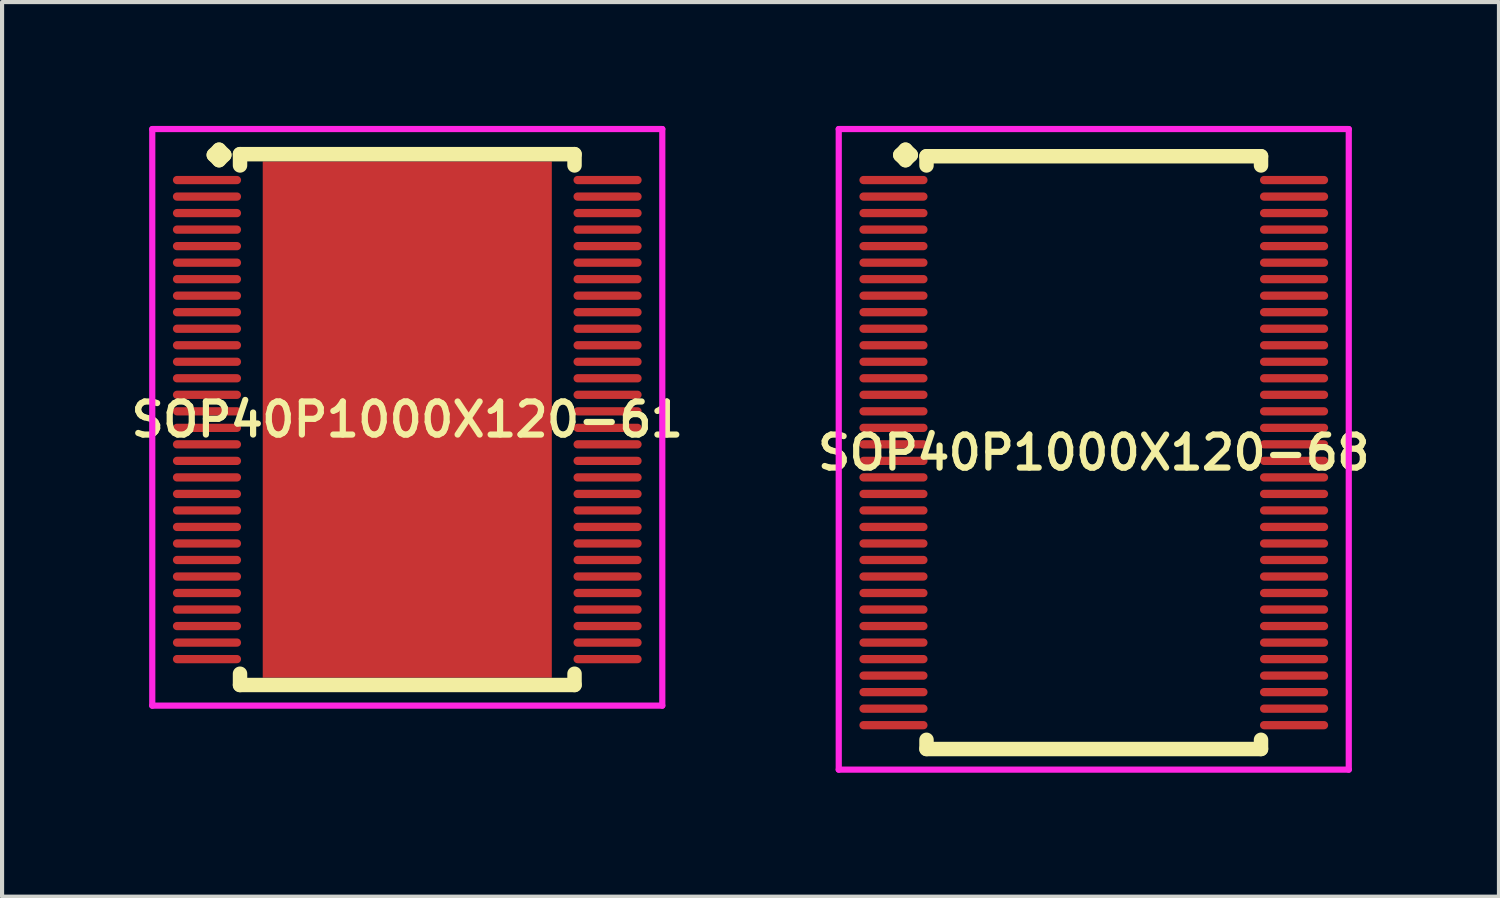
<source format=kicad_pcb>
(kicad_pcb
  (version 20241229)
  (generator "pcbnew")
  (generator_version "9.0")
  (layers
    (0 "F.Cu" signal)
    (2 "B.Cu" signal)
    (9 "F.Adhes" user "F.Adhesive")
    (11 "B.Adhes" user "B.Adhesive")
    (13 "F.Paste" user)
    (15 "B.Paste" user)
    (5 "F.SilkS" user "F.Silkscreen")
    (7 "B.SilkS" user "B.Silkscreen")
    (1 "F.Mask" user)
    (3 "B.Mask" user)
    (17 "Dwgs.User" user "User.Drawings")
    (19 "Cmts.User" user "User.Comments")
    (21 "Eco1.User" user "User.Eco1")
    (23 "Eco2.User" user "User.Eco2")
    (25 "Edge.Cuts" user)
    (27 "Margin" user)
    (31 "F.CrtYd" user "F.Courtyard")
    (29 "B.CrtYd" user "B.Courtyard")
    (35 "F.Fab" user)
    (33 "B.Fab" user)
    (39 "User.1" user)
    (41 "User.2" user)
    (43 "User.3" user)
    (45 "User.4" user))
  (footprint "SOP40P1000X120-61"
    (layer "F.Cu")
    (at 6.812 7.11)
    (property "Reference" "SOP40P1000X120-61" (at 0 0 0) (layer "F.SilkS") (effects (font (size 0.8 0.8) (thickness 0.15))))
    (attr smd)
    (fp_line (start -4.685 -6.408) (end -4.558 -6.535) (stroke (width 0.35) (type solid)) (layer "F.SilkS"))
    (fp_line (start -4.558 -6.535) (end -4.431 -6.408) (stroke (width 0.35) (type solid)) (layer "F.SilkS"))
    (fp_line (start -4.558 -6.281) (end -4.685 -6.408) (stroke (width 0.35) (type solid)) (layer "F.SilkS"))
    (fp_line (start -4.431 -6.408) (end -4.558 -6.281) (stroke (width 0.35) (type solid)) (layer "F.SilkS"))
    (fp_line (start -4.05 -6.427) (end 4.05 -6.427) (stroke (width 0.35) (type solid)) (layer "F.SilkS"))
    (fp_line (start -4.05 -6.154) (end -4.05 -6.427) (stroke (width 0.35) (type solid)) (layer "F.SilkS"))
    (fp_line (start -4.05 6.154) (end -4.05 6.427) (stroke (width 0.35) (type solid)) (layer "F.SilkS"))
    (fp_line (start -4.05 6.427) (end 4.05 6.427) (stroke (width 0.35) (type solid)) (layer "F.SilkS"))
    (fp_line (start 4.05 -6.427) (end 4.05 -6.154) (stroke (width 0.35) (type solid)) (layer "F.SilkS"))
    (fp_line (start 4.05 6.427) (end 4.05 6.154) (stroke (width 0.35) (type solid)) (layer "F.SilkS"))
    (fp_line (start -6.175 -7.035) (end 6.175 -7.035) (stroke (width 0.15) (type solid)) (layer "F.CrtYd"))
    (fp_line (start -6.175 6.927) (end -6.175 -7.035) (stroke (width 0.15) (type solid)) (layer "F.CrtYd"))
    (fp_line (start 6.175 -7.035) (end 6.175 6.927) (stroke (width 0.15) (type solid)) (layer "F.CrtYd"))
    (fp_line (start 6.175 6.927) (end -6.175 6.927) (stroke (width 0.15) (type solid)) (layer "F.CrtYd"))
    (pad "1" smd oval (at -4.85 -5.8) (size 1.65 0.2) (layers "F.Cu" "F.Mask" "F.Paste"))
    (pad "2" smd oval (at -4.85 -5.4) (size 1.65 0.2) (layers "F.Cu" "F.Mask" "F.Paste"))
    (pad "3" smd oval (at -4.85 -5) (size 1.65 0.2) (layers "F.Cu" "F.Mask" "F.Paste"))
    (pad "4" smd oval (at -4.85 -4.6) (size 1.65 0.2) (layers "F.Cu" "F.Mask" "F.Paste"))
    (pad "5" smd oval (at -4.85 -4.2) (size 1.65 0.2) (layers "F.Cu" "F.Mask" "F.Paste"))
    (pad "6" smd oval (at -4.85 -3.8) (size 1.65 0.2) (layers "F.Cu" "F.Mask" "F.Paste"))
    (pad "7" smd oval (at -4.85 -3.4) (size 1.65 0.2) (layers "F.Cu" "F.Mask" "F.Paste"))
    (pad "8" smd oval (at -4.85 -3) (size 1.65 0.2) (layers "F.Cu" "F.Mask" "F.Paste"))
    (pad "9" smd oval (at -4.85 -2.6) (size 1.65 0.2) (layers "F.Cu" "F.Mask" "F.Paste"))
    (pad "10" smd oval (at -4.85 -2.2) (size 1.65 0.2) (layers "F.Cu" "F.Mask" "F.Paste"))
    (pad "11" smd oval (at -4.85 -1.8) (size 1.65 0.2) (layers "F.Cu" "F.Mask" "F.Paste"))
    (pad "12" smd oval (at -4.85 -1.4) (size 1.65 0.2) (layers "F.Cu" "F.Mask" "F.Paste"))
    (pad "13" smd oval (at -4.85 -1) (size 1.65 0.2) (layers "F.Cu" "F.Mask" "F.Paste"))
    (pad "14" smd oval (at -4.85 -0.6) (size 1.65 0.2) (layers "F.Cu" "F.Mask" "F.Paste"))
    (pad "15" smd oval (at -4.85 -0.2) (size 1.65 0.2) (layers "F.Cu" "F.Mask" "F.Paste"))
    (pad "16" smd oval (at -4.85 0.2) (size 1.65 0.2) (layers "F.Cu" "F.Mask" "F.Paste"))
    (pad "17" smd oval (at -4.85 0.6) (size 1.65 0.2) (layers "F.Cu" "F.Mask" "F.Paste"))
    (pad "18" smd oval (at -4.85 1) (size 1.65 0.2) (layers "F.Cu" "F.Mask" "F.Paste"))
    (pad "19" smd oval (at -4.85 1.4) (size 1.65 0.2) (layers "F.Cu" "F.Mask" "F.Paste"))
    (pad "20" smd oval (at -4.85 1.8) (size 1.65 0.2) (layers "F.Cu" "F.Mask" "F.Paste"))
    (pad "21" smd oval (at -4.85 2.2) (size 1.65 0.2) (layers "F.Cu" "F.Mask" "F.Paste"))
    (pad "22" smd oval (at -4.85 2.6) (size 1.65 0.2) (layers "F.Cu" "F.Mask" "F.Paste"))
    (pad "23" smd oval (at -4.85 3) (size 1.65 0.2) (layers "F.Cu" "F.Mask" "F.Paste"))
    (pad "24" smd oval (at -4.85 3.4) (size 1.65 0.2) (layers "F.Cu" "F.Mask" "F.Paste"))
    (pad "25" smd oval (at -4.85 3.8) (size 1.65 0.2) (layers "F.Cu" "F.Mask" "F.Paste"))
    (pad "26" smd oval (at -4.85 4.2) (size 1.65 0.2) (layers "F.Cu" "F.Mask" "F.Paste"))
    (pad "27" smd oval (at -4.85 4.6) (size 1.65 0.2) (layers "F.Cu" "F.Mask" "F.Paste"))
    (pad "28" smd oval (at -4.85 5) (size 1.65 0.2) (layers "F.Cu" "F.Mask" "F.Paste"))
    (pad "29" smd oval (at -4.85 5.4) (size 1.65 0.2) (layers "F.Cu" "F.Mask" "F.Paste"))
    (pad "30" smd oval (at -4.85 5.8) (size 1.65 0.2) (layers "F.Cu" "F.Mask" "F.Paste"))
    (pad "31" smd oval (at 4.85 5.8) (size 1.65 0.2) (layers "F.Cu" "F.Mask" "F.Paste"))
    (pad "32" smd oval (at 4.85 5.4) (size 1.65 0.2) (layers "F.Cu" "F.Mask" "F.Paste"))
    (pad "33" smd oval (at 4.85 5) (size 1.65 0.2) (layers "F.Cu" "F.Mask" "F.Paste"))
    (pad "34" smd oval (at 4.85 4.6) (size 1.65 0.2) (layers "F.Cu" "F.Mask" "F.Paste"))
    (pad "35" smd oval (at 4.85 4.2) (size 1.65 0.2) (layers "F.Cu" "F.Mask" "F.Paste"))
    (pad "36" smd oval (at 4.85 3.8) (size 1.65 0.2) (layers "F.Cu" "F.Mask" "F.Paste"))
    (pad "37" smd oval (at 4.85 3.4) (size 1.65 0.2) (layers "F.Cu" "F.Mask" "F.Paste"))
    (pad "38" smd oval (at 4.85 3) (size 1.65 0.2) (layers "F.Cu" "F.Mask" "F.Paste"))
    (pad "39" smd oval (at 4.85 2.6) (size 1.65 0.2) (layers "F.Cu" "F.Mask" "F.Paste"))
    (pad "40" smd oval (at 4.85 2.2) (size 1.65 0.2) (layers "F.Cu" "F.Mask" "F.Paste"))
    (pad "41" smd oval (at 4.85 1.8) (size 1.65 0.2) (layers "F.Cu" "F.Mask" "F.Paste"))
    (pad "42" smd oval (at 4.85 1.4) (size 1.65 0.2) (layers "F.Cu" "F.Mask" "F.Paste"))
    (pad "43" smd oval (at 4.85 1) (size 1.65 0.2) (layers "F.Cu" "F.Mask" "F.Paste"))
    (pad "44" smd oval (at 4.85 0.6) (size 1.65 0.2) (layers "F.Cu" "F.Mask" "F.Paste"))
    (pad "45" smd oval (at 4.85 0.2) (size 1.65 0.2) (layers "F.Cu" "F.Mask" "F.Paste"))
    (pad "46" smd oval (at 4.85 -0.2) (size 1.65 0.2) (layers "F.Cu" "F.Mask" "F.Paste"))
    (pad "47" smd oval (at 4.85 -0.6) (size 1.65 0.2) (layers "F.Cu" "F.Mask" "F.Paste"))
    (pad "48" smd oval (at 4.85 -1) (size 1.65 0.2) (layers "F.Cu" "F.Mask" "F.Paste"))
    (pad "49" smd oval (at 4.85 -1.4) (size 1.65 0.2) (layers "F.Cu" "F.Mask" "F.Paste"))
    (pad "50" smd oval (at 4.85 -1.8) (size 1.65 0.2) (layers "F.Cu" "F.Mask" "F.Paste"))
    (pad "51" smd oval (at 4.85 -2.2) (size 1.65 0.2) (layers "F.Cu" "F.Mask" "F.Paste"))
    (pad "52" smd oval (at 4.85 -2.6) (size 1.65 0.2) (layers "F.Cu" "F.Mask" "F.Paste"))
    (pad "53" smd oval (at 4.85 -3) (size 1.65 0.2) (layers "F.Cu" "F.Mask" "F.Paste"))
    (pad "54" smd oval (at 4.85 -3.4) (size 1.65 0.2) (layers "F.Cu" "F.Mask" "F.Paste"))
    (pad "55" smd oval (at 4.85 -3.8) (size 1.65 0.2) (layers "F.Cu" "F.Mask" "F.Paste"))
    (pad "56" smd oval (at 4.85 -4.2) (size 1.65 0.2) (layers "F.Cu" "F.Mask" "F.Paste"))
    (pad "57" smd oval (at 4.85 -4.6) (size 1.65 0.2) (layers "F.Cu" "F.Mask" "F.Paste"))
    (pad "58" smd oval (at 4.85 -5) (size 1.65 0.2) (layers "F.Cu" "F.Mask" "F.Paste"))
    (pad "59" smd oval (at 4.85 -5.4) (size 1.65 0.2) (layers "F.Cu" "F.Mask" "F.Paste"))
    (pad "60" smd oval (at 4.85 -5.8) (size 1.65 0.2) (layers "F.Cu" "F.Mask" "F.Paste"))
    (pad "61" smd rect (at 0 0) (size 7 12.5) (layers "F.Cu" "F.Mask" "F.Paste")))
  (footprint "SOP40P1000X120-68"
    (layer "F.Cu")
    (at 23.435 7.91)
    (property "Reference" "SOP40P1000X120-68" (at 0 0 0) (layer "F.SilkS") (effects (font (size 0.8 0.8) (thickness 0.15))))
    (attr smd)
    (fp_line (start -4.685 -7.208) (end -4.558 -7.335) (stroke (width 0.35) (type solid)) (layer "F.SilkS"))
    (fp_line (start -4.558 -7.335) (end -4.431 -7.208) (stroke (width 0.35) (type solid)) (layer "F.SilkS"))
    (fp_line (start -4.558 -7.081) (end -4.685 -7.208) (stroke (width 0.35) (type solid)) (layer "F.SilkS"))
    (fp_line (start -4.431 -7.208) (end -4.558 -7.081) (stroke (width 0.35) (type solid)) (layer "F.SilkS"))
    (fp_line (start -4.05 -7.177) (end 4.05 -7.177) (stroke (width 0.35) (type solid)) (layer "F.SilkS"))
    (fp_line (start -4.05 -6.954) (end -4.05 -7.177) (stroke (width 0.35) (type solid)) (layer "F.SilkS"))
    (fp_line (start -4.05 6.954) (end -4.05 7.177) (stroke (width 0.35) (type solid)) (layer "F.SilkS"))
    (fp_line (start -4.05 7.177) (end 4.05 7.177) (stroke (width 0.35) (type solid)) (layer "F.SilkS"))
    (fp_line (start 4.05 -7.177) (end 4.05 -6.954) (stroke (width 0.35) (type solid)) (layer "F.SilkS"))
    (fp_line (start 4.05 7.177) (end 4.05 6.954) (stroke (width 0.35) (type solid)) (layer "F.SilkS"))
    (fp_line (start -6.175 -7.835) (end 6.175 -7.835) (stroke (width 0.15) (type solid)) (layer "F.CrtYd"))
    (fp_line (start -6.175 7.677) (end -6.175 -7.835) (stroke (width 0.15) (type solid)) (layer "F.CrtYd"))
    (fp_line (start 6.175 -7.835) (end 6.175 7.677) (stroke (width 0.15) (type solid)) (layer "F.CrtYd"))
    (fp_line (start 6.175 7.677) (end -6.175 7.677) (stroke (width 0.15) (type solid)) (layer "F.CrtYd"))
    (pad "1" smd oval (at -4.85 -6.6) (size 1.65 0.2) (layers "F.Cu" "F.Mask" "F.Paste"))
    (pad "2" smd oval (at -4.85 -6.2) (size 1.65 0.2) (layers "F.Cu" "F.Mask" "F.Paste"))
    (pad "3" smd oval (at -4.85 -5.8) (size 1.65 0.2) (layers "F.Cu" "F.Mask" "F.Paste"))
    (pad "4" smd oval (at -4.85 -5.4) (size 1.65 0.2) (layers "F.Cu" "F.Mask" "F.Paste"))
    (pad "5" smd oval (at -4.85 -5) (size 1.65 0.2) (layers "F.Cu" "F.Mask" "F.Paste"))
    (pad "6" smd oval (at -4.85 -4.6) (size 1.65 0.2) (layers "F.Cu" "F.Mask" "F.Paste"))
    (pad "7" smd oval (at -4.85 -4.2) (size 1.65 0.2) (layers "F.Cu" "F.Mask" "F.Paste"))
    (pad "8" smd oval (at -4.85 -3.8) (size 1.65 0.2) (layers "F.Cu" "F.Mask" "F.Paste"))
    (pad "9" smd oval (at -4.85 -3.4) (size 1.65 0.2) (layers "F.Cu" "F.Mask" "F.Paste"))
    (pad "10" smd oval (at -4.85 -3) (size 1.65 0.2) (layers "F.Cu" "F.Mask" "F.Paste"))
    (pad "11" smd oval (at -4.85 -2.6) (size 1.65 0.2) (layers "F.Cu" "F.Mask" "F.Paste"))
    (pad "12" smd oval (at -4.85 -2.2) (size 1.65 0.2) (layers "F.Cu" "F.Mask" "F.Paste"))
    (pad "13" smd oval (at -4.85 -1.8) (size 1.65 0.2) (layers "F.Cu" "F.Mask" "F.Paste"))
    (pad "14" smd oval (at -4.85 -1.4) (size 1.65 0.2) (layers "F.Cu" "F.Mask" "F.Paste"))
    (pad "15" smd oval (at -4.85 -1) (size 1.65 0.2) (layers "F.Cu" "F.Mask" "F.Paste"))
    (pad "16" smd oval (at -4.85 -0.6) (size 1.65 0.2) (layers "F.Cu" "F.Mask" "F.Paste"))
    (pad "17" smd oval (at -4.85 -0.2) (size 1.65 0.2) (layers "F.Cu" "F.Mask" "F.Paste"))
    (pad "18" smd oval (at -4.85 0.2) (size 1.65 0.2) (layers "F.Cu" "F.Mask" "F.Paste"))
    (pad "19" smd oval (at -4.85 0.6) (size 1.65 0.2) (layers "F.Cu" "F.Mask" "F.Paste"))
    (pad "20" smd oval (at -4.85 1) (size 1.65 0.2) (layers "F.Cu" "F.Mask" "F.Paste"))
    (pad "21" smd oval (at -4.85 1.4) (size 1.65 0.2) (layers "F.Cu" "F.Mask" "F.Paste"))
    (pad "22" smd oval (at -4.85 1.8) (size 1.65 0.2) (layers "F.Cu" "F.Mask" "F.Paste"))
    (pad "23" smd oval (at -4.85 2.2) (size 1.65 0.2) (layers "F.Cu" "F.Mask" "F.Paste"))
    (pad "24" smd oval (at -4.85 2.6) (size 1.65 0.2) (layers "F.Cu" "F.Mask" "F.Paste"))
    (pad "25" smd oval (at -4.85 3) (size 1.65 0.2) (layers "F.Cu" "F.Mask" "F.Paste"))
    (pad "26" smd oval (at -4.85 3.4) (size 1.65 0.2) (layers "F.Cu" "F.Mask" "F.Paste"))
    (pad "27" smd oval (at -4.85 3.8) (size 1.65 0.2) (layers "F.Cu" "F.Mask" "F.Paste"))
    (pad "28" smd oval (at -4.85 4.2) (size 1.65 0.2) (layers "F.Cu" "F.Mask" "F.Paste"))
    (pad "29" smd oval (at -4.85 4.6) (size 1.65 0.2) (layers "F.Cu" "F.Mask" "F.Paste"))
    (pad "30" smd oval (at -4.85 5) (size 1.65 0.2) (layers "F.Cu" "F.Mask" "F.Paste"))
    (pad "31" smd oval (at -4.85 5.4) (size 1.65 0.2) (layers "F.Cu" "F.Mask" "F.Paste"))
    (pad "32" smd oval (at -4.85 5.8) (size 1.65 0.2) (layers "F.Cu" "F.Mask" "F.Paste"))
    (pad "33" smd oval (at -4.85 6.2) (size 1.65 0.2) (layers "F.Cu" "F.Mask" "F.Paste"))
    (pad "34" smd oval (at -4.85 6.6) (size 1.65 0.2) (layers "F.Cu" "F.Mask" "F.Paste"))
    (pad "35" smd oval (at 4.85 6.6) (size 1.65 0.2) (layers "F.Cu" "F.Mask" "F.Paste"))
    (pad "36" smd oval (at 4.85 6.2) (size 1.65 0.2) (layers "F.Cu" "F.Mask" "F.Paste"))
    (pad "37" smd oval (at 4.85 5.8) (size 1.65 0.2) (layers "F.Cu" "F.Mask" "F.Paste"))
    (pad "38" smd oval (at 4.85 5.4) (size 1.65 0.2) (layers "F.Cu" "F.Mask" "F.Paste"))
    (pad "39" smd oval (at 4.85 5) (size 1.65 0.2) (layers "F.Cu" "F.Mask" "F.Paste"))
    (pad "40" smd oval (at 4.85 4.6) (size 1.65 0.2) (layers "F.Cu" "F.Mask" "F.Paste"))
    (pad "41" smd oval (at 4.85 4.2) (size 1.65 0.2) (layers "F.Cu" "F.Mask" "F.Paste"))
    (pad "42" smd oval (at 4.85 3.8) (size 1.65 0.2) (layers "F.Cu" "F.Mask" "F.Paste"))
    (pad "43" smd oval (at 4.85 3.4) (size 1.65 0.2) (layers "F.Cu" "F.Mask" "F.Paste"))
    (pad "44" smd oval (at 4.85 3) (size 1.65 0.2) (layers "F.Cu" "F.Mask" "F.Paste"))
    (pad "45" smd oval (at 4.85 2.6) (size 1.65 0.2) (layers "F.Cu" "F.Mask" "F.Paste"))
    (pad "46" smd oval (at 4.85 2.2) (size 1.65 0.2) (layers "F.Cu" "F.Mask" "F.Paste"))
    (pad "47" smd oval (at 4.85 1.8) (size 1.65 0.2) (layers "F.Cu" "F.Mask" "F.Paste"))
    (pad "48" smd oval (at 4.85 1.4) (size 1.65 0.2) (layers "F.Cu" "F.Mask" "F.Paste"))
    (pad "49" smd oval (at 4.85 1) (size 1.65 0.2) (layers "F.Cu" "F.Mask" "F.Paste"))
    (pad "50" smd oval (at 4.85 0.6) (size 1.65 0.2) (layers "F.Cu" "F.Mask" "F.Paste"))
    (pad "51" smd oval (at 4.85 0.2) (size 1.65 0.2) (layers "F.Cu" "F.Mask" "F.Paste"))
    (pad "52" smd oval (at 4.85 -0.2) (size 1.65 0.2) (layers "F.Cu" "F.Mask" "F.Paste"))
    (pad "53" smd oval (at 4.85 -0.6) (size 1.65 0.2) (layers "F.Cu" "F.Mask" "F.Paste"))
    (pad "54" smd oval (at 4.85 -1) (size 1.65 0.2) (layers "F.Cu" "F.Mask" "F.Paste"))
    (pad "55" smd oval (at 4.85 -1.4) (size 1.65 0.2) (layers "F.Cu" "F.Mask" "F.Paste"))
    (pad "56" smd oval (at 4.85 -1.8) (size 1.65 0.2) (layers "F.Cu" "F.Mask" "F.Paste"))
    (pad "57" smd oval (at 4.85 -2.2) (size 1.65 0.2) (layers "F.Cu" "F.Mask" "F.Paste"))
    (pad "58" smd oval (at 4.85 -2.6) (size 1.65 0.2) (layers "F.Cu" "F.Mask" "F.Paste"))
    (pad "59" smd oval (at 4.85 -3) (size 1.65 0.2) (layers "F.Cu" "F.Mask" "F.Paste"))
    (pad "60" smd oval (at 4.85 -3.4) (size 1.65 0.2) (layers "F.Cu" "F.Mask" "F.Paste"))
    (pad "61" smd oval (at 4.85 -3.8) (size 1.65 0.2) (layers "F.Cu" "F.Mask" "F.Paste"))
    (pad "62" smd oval (at 4.85 -4.2) (size 1.65 0.2) (layers "F.Cu" "F.Mask" "F.Paste"))
    (pad "63" smd oval (at 4.85 -4.6) (size 1.65 0.2) (layers "F.Cu" "F.Mask" "F.Paste"))
    (pad "64" smd oval (at 4.85 -5) (size 1.65 0.2) (layers "F.Cu" "F.Mask" "F.Paste"))
    (pad "65" smd oval (at 4.85 -5.4) (size 1.65 0.2) (layers "F.Cu" "F.Mask" "F.Paste"))
    (pad "66" smd oval (at 4.85 -5.8) (size 1.65 0.2) (layers "F.Cu" "F.Mask" "F.Paste"))
    (pad "67" smd oval (at 4.85 -6.2) (size 1.65 0.2) (layers "F.Cu" "F.Mask" "F.Paste"))
    (pad "68" smd oval (at 4.85 -6.6) (size 1.65 0.2) (layers "F.Cu" "F.Mask" "F.Paste")))
  (gr_rect
    (start -3 -3)
    (end 33.247 18.662)
    (stroke (width 0.1) (type default))
    (fill no)
    (layer "Edge.Cuts")))
</source>
